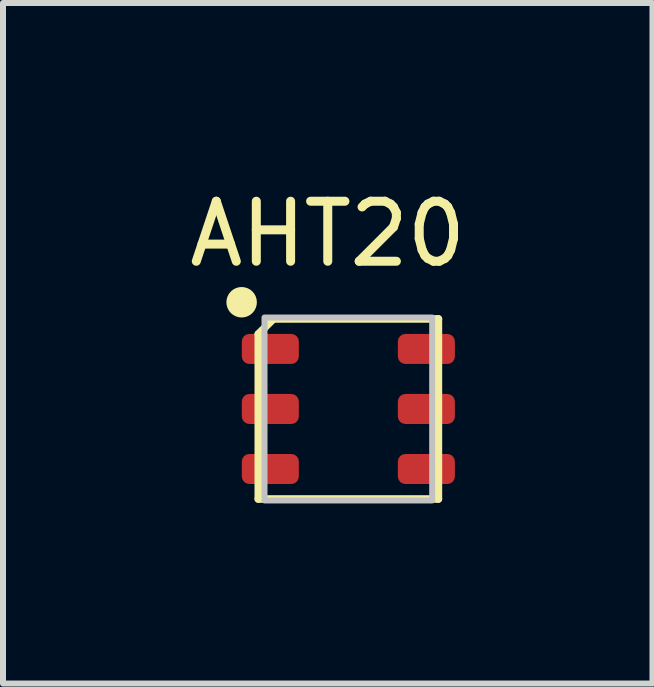
<source format=kicad_pcb>
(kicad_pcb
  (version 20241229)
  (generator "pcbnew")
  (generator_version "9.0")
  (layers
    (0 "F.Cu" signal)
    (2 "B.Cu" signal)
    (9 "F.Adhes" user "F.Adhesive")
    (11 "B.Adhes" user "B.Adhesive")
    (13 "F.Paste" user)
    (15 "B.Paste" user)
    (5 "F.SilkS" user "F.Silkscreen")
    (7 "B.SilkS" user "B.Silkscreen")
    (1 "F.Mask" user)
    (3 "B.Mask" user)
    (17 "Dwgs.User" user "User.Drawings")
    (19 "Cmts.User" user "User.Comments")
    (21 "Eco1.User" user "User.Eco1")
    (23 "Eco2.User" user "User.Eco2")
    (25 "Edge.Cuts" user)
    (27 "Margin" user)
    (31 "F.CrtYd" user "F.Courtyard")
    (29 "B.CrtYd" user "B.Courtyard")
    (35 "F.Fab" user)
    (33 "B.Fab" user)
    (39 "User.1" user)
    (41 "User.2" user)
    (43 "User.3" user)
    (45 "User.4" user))
  (footprint "AHT20"
    (layer "F.Cu")
    (at 3.135 2.926)
    (property "Reference" "AHT20" (at -0.724 -2.078 0) (layer "F.SilkS") (effects (font (size 1 1) (thickness 0.15))))
    (attr through_hole)
    (fp_line (start -1.881 -0.41) (end -1.629 -0.662) (stroke (width 0.127) (type solid)) (layer "F.SilkS"))
    (fp_line (start -1.881 2.338) (end -1.881 -0.41) (stroke (width 0.127) (type solid)) (layer "F.SilkS"))
    (fp_line (start -1.629 -0.662) (end 1.119 -0.662) (stroke (width 0.127) (type solid)) (layer "F.SilkS"))
    (fp_line (start 1.119 -0.662) (end 1.119 2.338) (stroke (width 0.127) (type solid)) (layer "F.SilkS"))
    (fp_line (start 1.119 2.338) (end -1.881 2.338) (stroke (width 0.127) (type solid)) (layer "F.SilkS"))
    (fp_circle (center -2.159 -0.94) (end -2.032 -0.94) (stroke (width 0.254) (type solid)) (fill no) (layer "F.SilkS"))
    (fp_poly (pts (xy -1.778 2.362) (xy 1.016 2.362) (xy 1.016 -0.686) (xy -1.778 -0.686)) (stroke (width 0.1) (type solid)) (fill no) (layer "Dwgs.User"))
    (pad "1" smd roundrect (at -1.681 -0.162) (size 0.95 0.5) (layers "F.Cu" "F.Mask" "F.Paste") (roundrect_rratio 0.25))
    (pad "2" smd roundrect (at -1.681 0.838) (size 0.95 0.5) (layers "F.Cu" "F.Mask" "F.Paste") (roundrect_rratio 0.25))
    (pad "3" smd roundrect (at -1.681 1.838) (size 0.95 0.5) (layers "F.Cu" "F.Mask" "F.Paste") (roundrect_rratio 0.25))
    (pad "4" smd roundrect (at 0.919 1.838) (size 0.95 0.5) (layers "F.Cu" "F.Mask" "F.Paste") (roundrect_rratio 0.25))
    (pad "5" smd roundrect (at 0.919 0.838) (size 0.95 0.5) (layers "F.Cu" "F.Mask" "F.Paste") (roundrect_rratio 0.25))
    (pad "6" smd roundrect (at 0.919 -0.162) (size 0.95 0.5) (layers "F.Cu" "F.Mask" "F.Paste") (roundrect_rratio 0.25)))
  (gr_rect
    (start -3 -3)
    (end 7.821 8.339)
    (stroke (width 0.1) (type default))
    (fill no)
    (layer "Edge.Cuts")))
</source>
